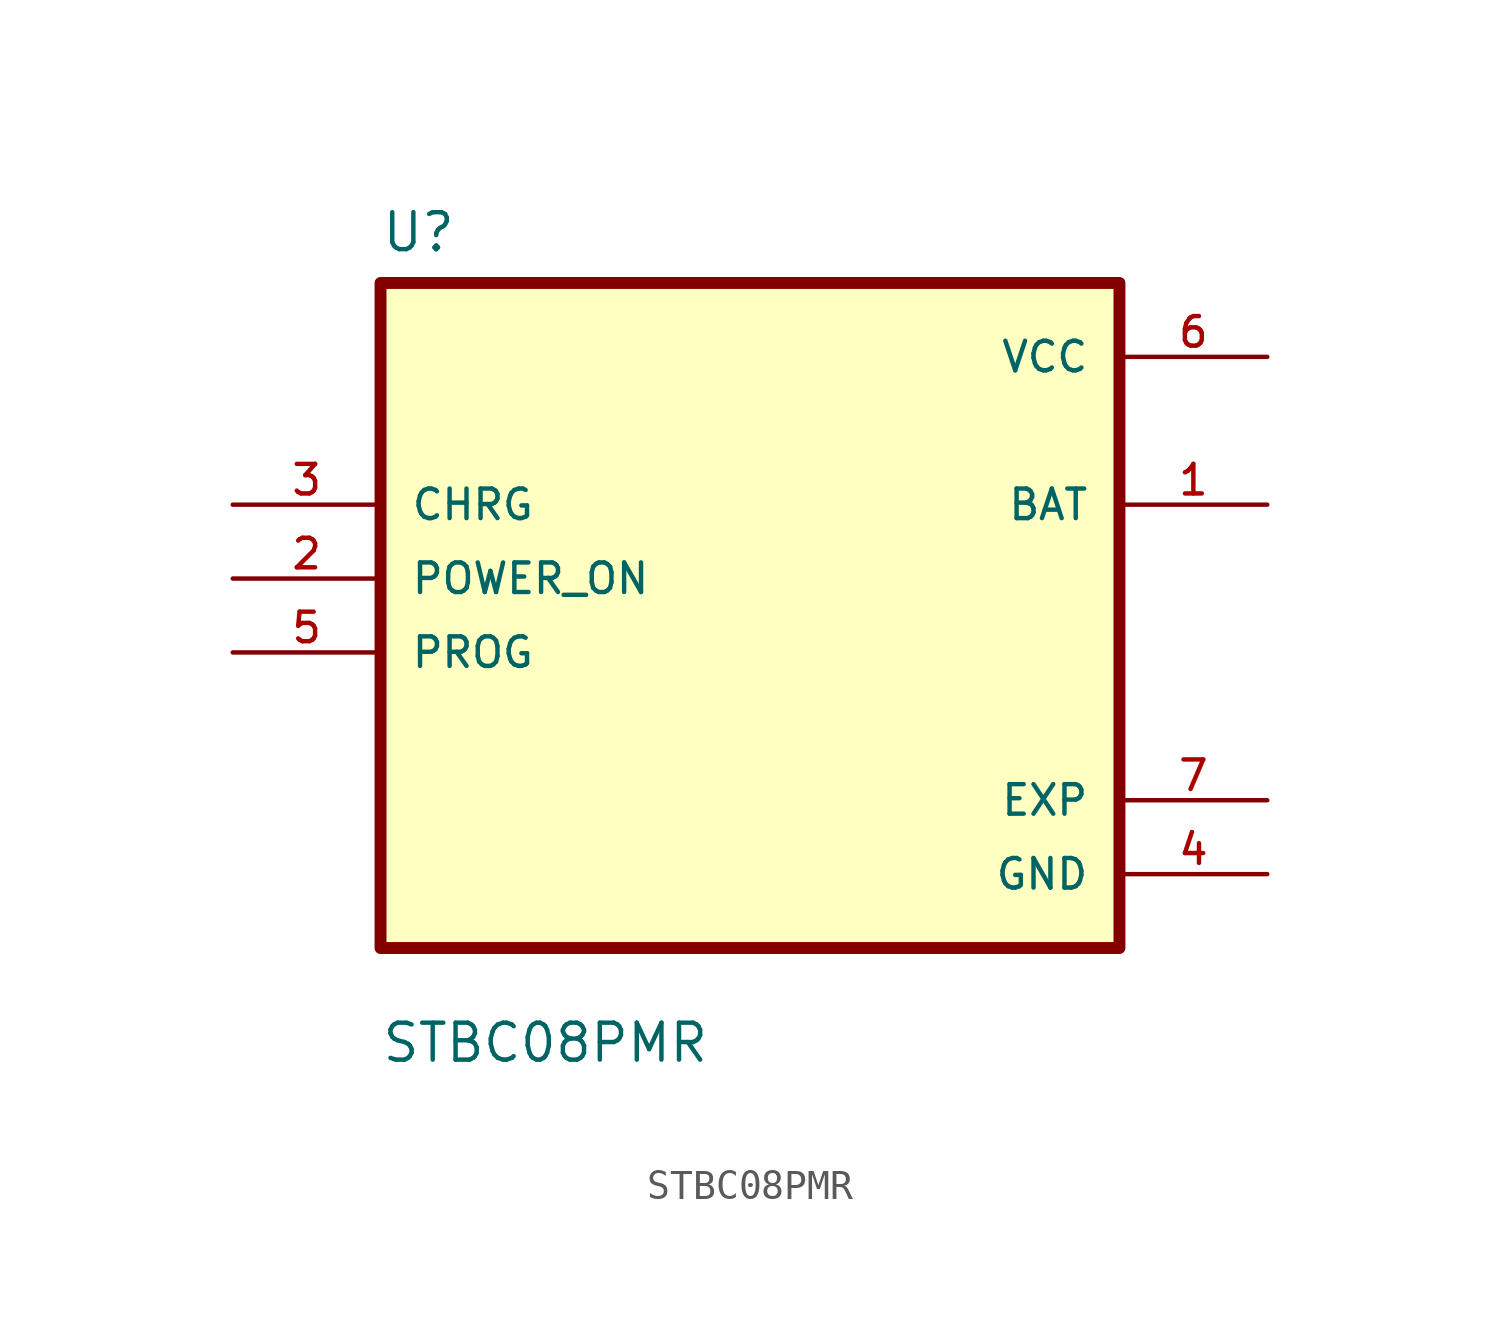
<source format=kicad_sym>
(kicad_symbol_lib
  (version 20211014)
  (generator kicad_symbol_editor)
  (symbol "STBC08PMR"
    (pin_names
      (offset 1.016))
    (property "Reference" "U"
      (at -12.7 13.7 0.0)
      (effects (font (size 1.27 1.27)) (justify bottom left)))
    (property "Value" "STBC08PMR"
      (at -12.7 -14.16 0.0)
      (effects (font (size 1.27 1.27)) (justify bottom left)))
    (symbol "STBC08PMR_0_0"
      (rectangle (start -12.7 -10.16) (end 12.7 12.7) (stroke (width 0.41)) (fill (type background)))
      (pin bidirectional line (at -17.78 5.08 0) (length 5.08) (name "CHRG" (effects (font (size 1.016 1.016)))) (number "3" (effects (font (size 1.016 1.016)))))
      (pin bidirectional line (at -17.78 2.54 0) (length 5.08) (name "POWER_ON" (effects (font (size 1.016 1.016)))) (number "2" (effects (font (size 1.016 1.016)))))
      (pin bidirectional line (at -17.78 0.0 0) (length 5.08) (name "PROG" (effects (font (size 1.016 1.016)))) (number "5" (effects (font (size 1.016 1.016)))))
      (pin power_in line (at 17.78 10.16 180.0) (length 5.08) (name "VCC" (effects (font (size 1.016 1.016)))) (number "6" (effects (font (size 1.016 1.016)))))
      (pin output line (at 17.78 5.08 180.0) (length 5.08) (name "BAT" (effects (font (size 1.016 1.016)))) (number "1" (effects (font (size 1.016 1.016)))))
      (pin power_in line (at 17.78 -5.08 180.0) (length 5.08) (name "EXP" (effects (font (size 1.016 1.016)))) (number "7" (effects (font (size 1.016 1.016)))))
      (pin power_in line (at 17.78 -7.62 180.0) (length 5.08) (name "GND" (effects (font (size 1.016 1.016)))) (number "4" (effects (font (size 1.016 1.016))))))))
</source>
